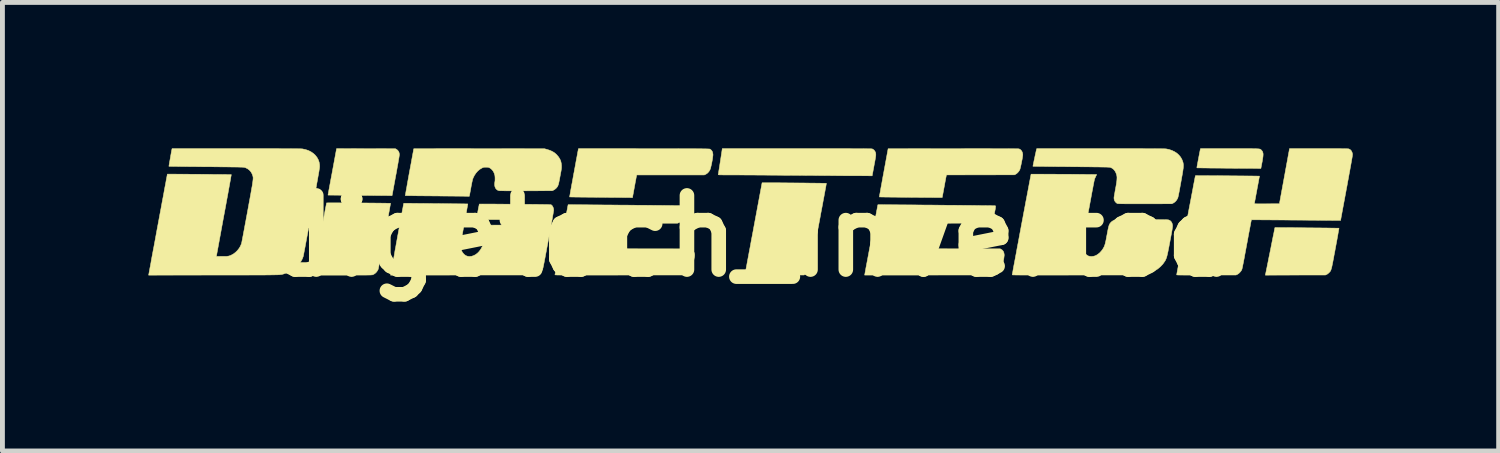
<source format=kicad_pcb>
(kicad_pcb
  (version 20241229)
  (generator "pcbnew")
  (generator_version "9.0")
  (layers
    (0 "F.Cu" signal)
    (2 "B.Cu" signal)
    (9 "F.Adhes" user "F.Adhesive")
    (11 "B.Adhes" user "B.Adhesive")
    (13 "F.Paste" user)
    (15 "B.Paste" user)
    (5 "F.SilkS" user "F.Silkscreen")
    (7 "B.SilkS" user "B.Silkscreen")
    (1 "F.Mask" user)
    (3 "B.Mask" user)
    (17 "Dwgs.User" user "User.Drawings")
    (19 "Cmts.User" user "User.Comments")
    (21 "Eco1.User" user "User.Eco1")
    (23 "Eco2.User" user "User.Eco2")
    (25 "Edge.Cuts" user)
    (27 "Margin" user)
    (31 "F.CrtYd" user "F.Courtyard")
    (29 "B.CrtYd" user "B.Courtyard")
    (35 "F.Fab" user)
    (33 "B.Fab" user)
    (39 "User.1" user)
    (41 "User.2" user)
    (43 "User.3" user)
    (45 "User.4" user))
  (footprint "digetech_inverted"
    (layer "F.Cu")
    (at 12.378 1.802)
    (property "Reference" "digetech_inverted" (at 0 0 0) (layer "F.SilkS") (effects (font (size 1.524 1.524) (thickness 0.3))))
    (attr through_hole)
    (fp_poly (pts (xy -7.904 -1.795) (xy -7.299 -1.794) (xy -7.28 -1.784) (xy -7.255 -1.765) (xy -7.236 -1.741) (xy -7.223 -1.711) (xy -7.218 -1.677) (xy -7.218 -1.672) (xy -7.219 -1.664) (xy -7.221 -1.647) (xy -7.225 -1.622) (xy -7.23 -1.59) (xy -7.237 -1.552) (xy -7.244 -1.508) (xy -7.253 -1.458) (xy -7.263 -1.404) (xy -7.273 -1.346) (xy -7.284 -1.285) (xy -7.293 -1.239) (xy -7.368 -0.831) (xy -7.509 -0.832) (xy -7.533 -0.832) (xy -7.566 -0.832) (xy -7.606 -0.833) (xy -7.652 -0.833) (xy -7.705 -0.833) (xy -7.763 -0.834) (xy -7.825 -0.834) (xy -7.891 -0.835) (xy -7.96 -0.835) (xy -8.03 -0.836) (xy -8.101 -0.837) (xy -8.167 -0.837) (xy -8.236 -0.838) (xy -8.301 -0.838) (xy -8.364 -0.839) (xy -8.422 -0.839) (xy -8.477 -0.84) (xy -8.526 -0.84) (xy -8.57 -0.841) (xy -8.607 -0.841) (xy -8.638 -0.841) (xy -8.662 -0.842) (xy -8.677 -0.842) (xy -8.685 -0.842) (xy -8.685 -0.842) (xy -8.684 -0.847) (xy -8.682 -0.86) (xy -8.678 -0.881) (xy -8.673 -0.909) (xy -8.667 -0.944) (xy -8.659 -0.985) (xy -8.651 -1.031) (xy -8.641 -1.083) (xy -8.631 -1.139) (xy -8.62 -1.198) (xy -8.608 -1.261) (xy -8.597 -1.32) (xy -8.509 -1.797) (xy -7.904 -1.795)) (stroke (width 0.01) (type solid)) (fill yes) (layer "F.SilkS"))
    (fp_poly (pts (xy 10.087 -1.796) (xy 10.151 -1.796) (xy 10.207 -1.796) (xy 10.256 -1.796) (xy 10.299 -1.796) (xy 10.336 -1.795) (xy 10.368 -1.795) (xy 10.395 -1.794) (xy 10.417 -1.793) (xy 10.435 -1.792) (xy 10.45 -1.791) (xy 10.462 -1.789) (xy 10.471 -1.787) (xy 10.478 -1.785) (xy 10.484 -1.782) (xy 10.488 -1.779) (xy 10.492 -1.776) (xy 10.496 -1.773) (xy 10.5 -1.769) (xy 10.501 -1.767) (xy 10.515 -1.752) (xy 10.525 -1.737) (xy 10.532 -1.718) (xy 10.537 -1.697) (xy 10.538 -1.672) (xy 10.536 -1.641) (xy 10.531 -1.604) (xy 10.524 -1.56) (xy 10.521 -1.54) (xy 10.515 -1.509) (xy 10.509 -1.479) (xy 10.504 -1.453) (xy 10.5 -1.432) (xy 10.497 -1.417) (xy 10.497 -1.414) (xy 10.492 -1.39) (xy 10.304 -1.391) (xy 10.272 -1.391) (xy 10.231 -1.391) (xy 10.184 -1.392) (xy 10.13 -1.392) (xy 10.07 -1.392) (xy 10.007 -1.393) (xy 9.94 -1.393) (xy 9.871 -1.394) (xy 9.8 -1.394) (xy 9.73 -1.395) (xy 9.659 -1.396) (xy 9.648 -1.396) (xy 9.583 -1.396) (xy 9.52 -1.397) (xy 9.461 -1.397) (xy 9.406 -1.398) (xy 9.355 -1.399) (xy 9.309 -1.399) (xy 9.269 -1.4) (xy 9.236 -1.4) (xy 9.209 -1.401) (xy 9.19 -1.401) (xy 9.179 -1.402) (xy 9.177 -1.402) (xy 9.177 -1.407) (xy 9.178 -1.419) (xy 9.181 -1.438) (xy 9.185 -1.46) (xy 9.188 -1.474) (xy 9.192 -1.497) (xy 9.197 -1.525) (xy 9.203 -1.557) (xy 9.21 -1.591) (xy 9.216 -1.626) (xy 9.223 -1.661) (xy 9.229 -1.694) (xy 9.235 -1.724) (xy 9.24 -1.749) (xy 9.244 -1.769) (xy 9.247 -1.782) (xy 9.248 -1.786) (xy 9.25 -1.796) (xy 9.848 -1.796) (xy 9.936 -1.796) (xy 10.016 -1.796) (xy 10.087 -1.796)) (stroke (width 0.01) (type solid)) (fill yes) (layer "F.SilkS"))
    (fp_poly (pts (xy 10.82 -0.174) (xy 10.849 -0.174) (xy 10.884 -0.173) (xy 10.925 -0.173) (xy 10.972 -0.173) (xy 11.024 -0.172) (xy 11.079 -0.172) (xy 11.139 -0.172) (xy 11.201 -0.171) (xy 11.265 -0.17) (xy 11.331 -0.17) (xy 11.399 -0.169) (xy 11.466 -0.168) (xy 11.533 -0.168) (xy 11.6 -0.167) (xy 11.665 -0.167) (xy 11.727 -0.166) (xy 11.787 -0.165) (xy 11.844 -0.165) (xy 11.896 -0.164) (xy 11.944 -0.163) (xy 11.987 -0.163) (xy 12.023 -0.162) (xy 12.053 -0.162) (xy 12.076 -0.162) (xy 12.091 -0.161) (xy 12.097 -0.161) (xy 12.097 -0.161) (xy 12.097 -0.156) (xy 12.095 -0.143) (xy 12.091 -0.122) (xy 12.086 -0.094) (xy 12.08 -0.059) (xy 12.073 -0.018) (xy 12.065 0.027) (xy 12.056 0.078) (xy 12.046 0.132) (xy 12.035 0.19) (xy 12.024 0.25) (xy 12.023 0.254) (xy 12.01 0.328) (xy 11.997 0.393) (xy 11.987 0.451) (xy 11.977 0.501) (xy 11.969 0.544) (xy 11.961 0.581) (xy 11.955 0.612) (xy 11.949 0.639) (xy 11.943 0.661) (xy 11.938 0.679) (xy 11.933 0.694) (xy 11.929 0.706) (xy 11.924 0.716) (xy 11.919 0.724) (xy 11.913 0.732) (xy 11.907 0.739) (xy 11.9 0.746) (xy 11.896 0.75) (xy 11.879 0.766) (xy 11.86 0.781) (xy 11.846 0.789) (xy 11.82 0.801) (xy 11.202 0.802) (xy 10.584 0.804) (xy 10.586 0.793) (xy 10.587 0.787) (xy 10.59 0.773) (xy 10.595 0.751) (xy 10.601 0.721) (xy 10.608 0.685) (xy 10.617 0.643) (xy 10.626 0.596) (xy 10.637 0.544) (xy 10.648 0.487) (xy 10.66 0.427) (xy 10.673 0.364) (xy 10.685 0.305) (xy 10.698 0.24) (xy 10.71 0.177) (xy 10.722 0.118) (xy 10.733 0.063) (xy 10.743 0.012) (xy 10.753 -0.034) (xy 10.761 -0.075) (xy 10.768 -0.109) (xy 10.773 -0.137) (xy 10.777 -0.157) (xy 10.78 -0.17) (xy 10.781 -0.174) (xy 10.785 -0.174) (xy 10.799 -0.174) (xy 10.82 -0.174)) (stroke (width 0.01) (type solid)) (fill yes) (layer "F.SilkS"))
    (fp_poly (pts (xy 0.425 -1.094) (xy 0.462 -1.094) (xy 0.505 -1.094) (xy 0.553 -1.094) (xy 0.605 -1.094) (xy 0.661 -1.093) (xy 0.72 -1.093) (xy 0.782 -1.092) (xy 0.845 -1.092) (xy 0.909 -1.091) (xy 0.974 -1.091) (xy 1.039 -1.09) (xy 1.103 -1.09) (xy 1.165 -1.089) (xy 1.225 -1.088) (xy 1.282 -1.088) (xy 1.336 -1.087) (xy 1.385 -1.086) (xy 1.43 -1.086) (xy 1.469 -1.085) (xy 1.502 -1.085) (xy 1.528 -1.084) (xy 1.547 -1.084) (xy 1.558 -1.083) (xy 1.56 -1.083) (xy 1.559 -1.078) (xy 1.557 -1.065) (xy 1.553 -1.042) (xy 1.548 -1.011) (xy 1.54 -0.972) (xy 1.532 -0.925) (xy 1.521 -0.869) (xy 1.51 -0.806) (xy 1.496 -0.735) (xy 1.482 -0.657) (xy 1.466 -0.572) (xy 1.448 -0.479) (xy 1.43 -0.379) (xy 1.41 -0.273) (xy 1.389 -0.16) (xy 1.366 -0.041) (xy 1.342 0.084) (xy 1.318 0.215) (xy 1.292 0.352) (xy 1.265 0.494) (xy 1.256 0.539) (xy 1.249 0.576) (xy 1.243 0.606) (xy 1.238 0.63) (xy 1.233 0.649) (xy 1.229 0.664) (xy 1.225 0.676) (xy 1.221 0.687) (xy 1.217 0.695) (xy 1.196 0.729) (xy 1.17 0.759) (xy 1.14 0.782) (xy 1.128 0.788) (xy 1.101 0.801) (xy 0.492 0.802) (xy 0.405 0.803) (xy 0.326 0.803) (xy 0.256 0.803) (xy 0.194 0.803) (xy 0.138 0.803) (xy 0.09 0.803) (xy 0.049 0.803) (xy 0.013 0.803) (xy -0.017 0.802) (xy -0.042 0.802) (xy -0.063 0.802) (xy -0.079 0.801) (xy -0.091 0.801) (xy -0.101 0.8) (xy -0.107 0.799) (xy -0.111 0.799) (xy -0.114 0.798) (xy -0.114 0.797) (xy -0.114 0.796) (xy -0.113 0.79) (xy -0.111 0.776) (xy -0.107 0.754) (xy -0.101 0.724) (xy -0.094 0.687) (xy -0.086 0.643) (xy -0.076 0.592) (xy -0.066 0.535) (xy -0.054 0.472) (xy -0.041 0.405) (xy -0.028 0.332) (xy -0.013 0.255) (xy 0.002 0.174) (xy 0.017 0.09) (xy 0.034 0.002) (xy 0.051 -0.088) (xy 0.063 -0.154) (xy 0.238 -1.094) (xy 0.425 -1.094)) (stroke (width 0.01) (type solid)) (fill yes) (layer "F.SilkS"))
    (fp_poly (pts (xy 4.798 -1.796) (xy 4.899 -1.796) (xy 4.991 -1.795) (xy 5.075 -1.795) (xy 5.152 -1.795) (xy 5.221 -1.795) (xy 5.282 -1.795) (xy 5.336 -1.794) (xy 5.382 -1.794) (xy 5.422 -1.794) (xy 5.454 -1.793) (xy 5.48 -1.793) (xy 5.5 -1.793) (xy 5.513 -1.792) (xy 5.52 -1.792) (xy 5.521 -1.791) (xy 5.543 -1.781) (xy 5.563 -1.763) (xy 5.58 -1.739) (xy 5.591 -1.711) (xy 5.597 -1.68) (xy 5.597 -1.67) (xy 5.596 -1.655) (xy 5.593 -1.634) (xy 5.589 -1.607) (xy 5.584 -1.576) (xy 5.577 -1.542) (xy 5.57 -1.507) (xy 5.563 -1.472) (xy 5.556 -1.44) (xy 5.549 -1.411) (xy 5.543 -1.386) (xy 5.538 -1.369) (xy 5.535 -1.361) (xy 5.518 -1.333) (xy 5.496 -1.306) (xy 5.471 -1.283) (xy 5.453 -1.272) (xy 5.429 -1.258) (xy 4.728 -1.257) (xy 4.027 -1.256) (xy 4.024 -1.239) (xy 4.023 -1.231) (xy 4.02 -1.215) (xy 4.015 -1.192) (xy 4.01 -1.162) (xy 4.003 -1.128) (xy 3.996 -1.089) (xy 3.989 -1.047) (xy 3.981 -1.007) (xy 3.941 -0.792) (xy 3.9 -0.792) (xy 3.89 -0.792) (xy 3.872 -0.792) (xy 3.845 -0.792) (xy 3.812 -0.792) (xy 3.771 -0.792) (xy 3.724 -0.793) (xy 3.671 -0.793) (xy 3.613 -0.793) (xy 3.551 -0.794) (xy 3.485 -0.794) (xy 3.415 -0.795) (xy 3.343 -0.795) (xy 3.269 -0.796) (xy 3.255 -0.796) (xy 3.181 -0.797) (xy 3.11 -0.797) (xy 3.042 -0.798) (xy 2.977 -0.799) (xy 2.917 -0.799) (xy 2.861 -0.8) (xy 2.811 -0.801) (xy 2.766 -0.801) (xy 2.728 -0.802) (xy 2.697 -0.802) (xy 2.673 -0.803) (xy 2.657 -0.803) (xy 2.65 -0.803) (xy 2.649 -0.804) (xy 2.65 -0.808) (xy 2.652 -0.822) (xy 2.655 -0.843) (xy 2.66 -0.871) (xy 2.667 -0.906) (xy 2.674 -0.948) (xy 2.682 -0.995) (xy 2.692 -1.047) (xy 2.702 -1.103) (xy 2.713 -1.163) (xy 2.724 -1.226) (xy 2.737 -1.292) (xy 2.738 -1.3) (xy 2.829 -1.794) (xy 4.165 -1.795) (xy 4.31 -1.795) (xy 4.445 -1.796) (xy 4.571 -1.796) (xy 4.689 -1.796) (xy 4.798 -1.796)) (stroke (width 0.01) (type solid)) (fill yes) (layer "F.SilkS"))
    (fp_poly (pts (xy 0.951 -1.796) (xy 1.106 -1.796) (xy 1.252 -1.796) (xy 1.389 -1.796) (xy 1.517 -1.796) (xy 1.636 -1.796) (xy 1.747 -1.796) (xy 1.85 -1.796) (xy 1.945 -1.796) (xy 2.031 -1.796) (xy 2.11 -1.795) (xy 2.181 -1.795) (xy 2.244 -1.795) (xy 2.3 -1.795) (xy 2.349 -1.794) (xy 2.391 -1.794) (xy 2.426 -1.793) (xy 2.454 -1.793) (xy 2.475 -1.793) (xy 2.49 -1.792) (xy 2.499 -1.792) (xy 2.501 -1.791) (xy 2.52 -1.782) (xy 2.539 -1.767) (xy 2.555 -1.747) (xy 2.567 -1.725) (xy 2.57 -1.717) (xy 2.573 -1.705) (xy 2.575 -1.693) (xy 2.576 -1.679) (xy 2.576 -1.663) (xy 2.574 -1.644) (xy 2.571 -1.62) (xy 2.566 -1.591) (xy 2.56 -1.555) (xy 2.552 -1.511) (xy 2.547 -1.487) (xy 2.54 -1.448) (xy 2.533 -1.41) (xy 2.526 -1.373) (xy 2.52 -1.341) (xy 2.515 -1.313) (xy 2.511 -1.293) (xy 2.509 -1.285) (xy 2.501 -1.238) (xy 2.217 -1.239) (xy 2.162 -1.239) (xy 2.108 -1.239) (xy 2.054 -1.239) (xy 2.002 -1.24) (xy 1.954 -1.24) (xy 1.91 -1.24) (xy 1.872 -1.241) (xy 1.841 -1.241) (xy 1.824 -1.241) (xy 1.786 -1.241) (xy 1.741 -1.242) (xy 1.689 -1.242) (xy 1.629 -1.243) (xy 1.564 -1.243) (xy 1.494 -1.244) (xy 1.418 -1.244) (xy 1.338 -1.245) (xy 1.254 -1.246) (xy 1.167 -1.246) (xy 1.078 -1.247) (xy 0.986 -1.248) (xy 0.892 -1.248) (xy 0.798 -1.249) (xy 0.703 -1.249) (xy 0.608 -1.25) (xy 0.514 -1.251) (xy 0.421 -1.251) (xy 0.33 -1.252) (xy 0.241 -1.253) (xy 0.155 -1.253) (xy 0.072 -1.254) (xy -0.007 -1.254) (xy -0.081 -1.254) (xy -0.15 -1.255) (xy -0.214 -1.255) (xy -0.271 -1.256) (xy -0.322 -1.256) (xy -0.365 -1.256) (xy -0.401 -1.256) (xy -0.428 -1.256) (xy -0.438 -1.256) (xy -0.49 -1.256) (xy -0.533 -1.256) (xy -0.568 -1.256) (xy -0.597 -1.257) (xy -0.619 -1.257) (xy -0.636 -1.257) (xy -0.648 -1.258) (xy -0.656 -1.259) (xy -0.661 -1.26) (xy -0.663 -1.262) (xy -0.663 -1.263) (xy -0.663 -1.264) (xy -0.662 -1.27) (xy -0.66 -1.284) (xy -0.656 -1.306) (xy -0.652 -1.334) (xy -0.646 -1.368) (xy -0.64 -1.407) (xy -0.633 -1.451) (xy -0.626 -1.497) (xy -0.62 -1.534) (xy -0.58 -1.796) (xy 0.951 -1.796)) (stroke (width 0.01) (type solid)) (fill yes) (layer "F.SilkS"))
    (fp_poly (pts (xy -8.568 -0.682) (xy -8.521 -0.682) (xy -8.47 -0.682) (xy -8.414 -0.681) (xy -8.354 -0.681) (xy -8.292 -0.681) (xy -8.227 -0.681) (xy -8.161 -0.68) (xy -8.094 -0.68) (xy -8.026 -0.679) (xy -7.959 -0.679) (xy -7.893 -0.679) (xy -7.828 -0.678) (xy -7.766 -0.678) (xy -7.706 -0.677) (xy -7.649 -0.676) (xy -7.597 -0.676) (xy -7.55 -0.675) (xy -7.508 -0.675) (xy -7.472 -0.674) (xy -7.442 -0.674) (xy -7.42 -0.673) (xy -7.405 -0.673) (xy -7.4 -0.672) (xy -7.4 -0.672) (xy -7.4 -0.668) (xy -7.402 -0.654) (xy -7.406 -0.633) (xy -7.411 -0.605) (xy -7.417 -0.57) (xy -7.424 -0.529) (xy -7.433 -0.482) (xy -7.442 -0.431) (xy -7.452 -0.376) (xy -7.463 -0.317) (xy -7.475 -0.255) (xy -7.487 -0.19) (xy -7.499 -0.124) (xy -7.512 -0.056) (xy -7.524 0.011) (xy -7.537 0.079) (xy -7.55 0.146) (xy -7.562 0.212) (xy -7.574 0.276) (xy -7.586 0.338) (xy -7.597 0.396) (xy -7.607 0.451) (xy -7.617 0.502) (xy -7.626 0.547) (xy -7.634 0.587) (xy -7.64 0.621) (xy -7.646 0.648) (xy -7.65 0.668) (xy -7.652 0.679) (xy -7.653 0.682) (xy -7.669 0.713) (xy -7.69 0.742) (xy -7.716 0.767) (xy -7.744 0.786) (xy -7.769 0.797) (xy -7.773 0.798) (xy -7.779 0.799) (xy -7.788 0.799) (xy -7.799 0.8) (xy -7.813 0.801) (xy -7.83 0.801) (xy -7.852 0.802) (xy -7.878 0.802) (xy -7.91 0.803) (xy -7.947 0.803) (xy -7.989 0.803) (xy -8.039 0.803) (xy -8.095 0.803) (xy -8.158 0.803) (xy -8.23 0.804) (xy -8.309 0.804) (xy -8.393 0.804) (xy -8.993 0.804) (xy -8.99 0.791) (xy -8.989 0.785) (xy -8.986 0.771) (xy -8.982 0.748) (xy -8.977 0.718) (xy -8.97 0.68) (xy -8.962 0.637) (xy -8.952 0.586) (xy -8.942 0.531) (xy -8.931 0.47) (xy -8.918 0.404) (xy -8.905 0.335) (xy -8.892 0.261) (xy -8.878 0.185) (xy -8.863 0.106) (xy -8.853 0.051) (xy -8.838 -0.03) (xy -8.823 -0.108) (xy -8.809 -0.183) (xy -8.796 -0.255) (xy -8.783 -0.323) (xy -8.771 -0.386) (xy -8.76 -0.445) (xy -8.75 -0.498) (xy -8.741 -0.546) (xy -8.733 -0.587) (xy -8.726 -0.621) (xy -8.721 -0.648) (xy -8.717 -0.667) (xy -8.715 -0.678) (xy -8.714 -0.681) (xy -8.709 -0.681) (xy -8.696 -0.681) (xy -8.674 -0.682) (xy -8.645 -0.682) (xy -8.61 -0.682) (xy -8.568 -0.682)) (stroke (width 0.01) (type solid)) (fill yes) (layer "F.SilkS"))
    (fp_poly (pts (xy -3.059 -1.796) (xy -2.977 -1.796) (xy -2.89 -1.796) (xy -2.798 -1.796) (xy -2.702 -1.796) (xy -2.603 -1.796) (xy -2.5 -1.796) (xy -2.393 -1.796) (xy -2.284 -1.795) (xy -2.192 -1.795) (xy -2.06 -1.795) (xy -1.936 -1.795) (xy -1.822 -1.795) (xy -1.715 -1.795) (xy -1.616 -1.795) (xy -1.525 -1.795) (xy -1.442 -1.794) (xy -1.365 -1.794) (xy -1.295 -1.794) (xy -1.232 -1.794) (xy -1.174 -1.794) (xy -1.123 -1.794) (xy -1.077 -1.793) (xy -1.036 -1.793) (xy -1 -1.793) (xy -0.969 -1.792) (xy -0.941 -1.792) (xy -0.918 -1.792) (xy -0.899 -1.791) (xy -0.882 -1.791) (xy -0.869 -1.79) (xy -0.858 -1.79) (xy -0.85 -1.789) (xy -0.843 -1.789) (xy -0.839 -1.788) (xy -0.836 -1.787) (xy -0.834 -1.787) (xy -0.833 -1.787) (xy -0.807 -1.767) (xy -0.788 -1.742) (xy -0.777 -1.711) (xy -0.772 -1.681) (xy -0.772 -1.662) (xy -0.775 -1.636) (xy -0.779 -1.605) (xy -0.784 -1.569) (xy -0.791 -1.532) (xy -0.798 -1.494) (xy -0.806 -1.458) (xy -0.814 -1.424) (xy -0.821 -1.395) (xy -0.829 -1.372) (xy -0.834 -1.36) (xy -0.855 -1.325) (xy -0.881 -1.296) (xy -0.912 -1.274) (xy -0.921 -1.269) (xy -0.949 -1.256) (xy -2.337 -1.256) (xy -2.341 -1.246) (xy -2.342 -1.239) (xy -2.345 -1.225) (xy -2.35 -1.203) (xy -2.355 -1.174) (xy -2.361 -1.141) (xy -2.369 -1.103) (xy -2.376 -1.061) (xy -2.385 -1.017) (xy -2.385 -1.013) (xy -2.426 -0.79) (xy -2.468 -0.79) (xy -2.478 -0.791) (xy -2.496 -0.791) (xy -2.523 -0.791) (xy -2.557 -0.791) (xy -2.597 -0.792) (xy -2.645 -0.792) (xy -2.697 -0.793) (xy -2.755 -0.793) (xy -2.817 -0.794) (xy -2.884 -0.794) (xy -2.953 -0.795) (xy -3.025 -0.796) (xy -3.1 -0.796) (xy -3.113 -0.796) (xy -3.187 -0.797) (xy -3.259 -0.798) (xy -3.327 -0.798) (xy -3.391 -0.799) (xy -3.452 -0.799) (xy -3.507 -0.8) (xy -3.558 -0.801) (xy -3.602 -0.801) (xy -3.64 -0.802) (xy -3.672 -0.802) (xy -3.695 -0.803) (xy -3.711 -0.803) (xy -3.718 -0.803) (xy -3.719 -0.804) (xy -3.718 -0.808) (xy -3.716 -0.822) (xy -3.712 -0.843) (xy -3.707 -0.871) (xy -3.701 -0.906) (xy -3.694 -0.948) (xy -3.685 -0.995) (xy -3.676 -1.047) (xy -3.665 -1.103) (xy -3.654 -1.163) (xy -3.643 -1.226) (xy -3.631 -1.292) (xy -3.629 -1.3) (xy -3.617 -1.366) (xy -3.605 -1.43) (xy -3.594 -1.49) (xy -3.584 -1.547) (xy -3.574 -1.599) (xy -3.565 -1.647) (xy -3.557 -1.689) (xy -3.551 -1.725) (xy -3.545 -1.754) (xy -3.541 -1.776) (xy -3.539 -1.79) (xy -3.538 -1.795) (xy -3.538 -1.795) (xy -3.533 -1.795) (xy -3.52 -1.796) (xy -3.498 -1.796) (xy -3.468 -1.796) (xy -3.43 -1.796) (xy -3.384 -1.796) (xy -3.332 -1.796) (xy -3.273 -1.796) (xy -3.208 -1.796) (xy -3.136 -1.796) (xy -3.059 -1.796)) (stroke (width 0.01) (type solid)) (fill yes) (layer "F.SilkS"))
    (fp_poly (pts (xy 7.196 -1.796) (xy 7.34 -1.796) (xy 7.476 -1.796) (xy 7.604 -1.796) (xy 7.725 -1.796) (xy 7.837 -1.796) (xy 7.942 -1.796) (xy 8.039 -1.796) (xy 8.127 -1.795) (xy 8.208 -1.795) (xy 8.28 -1.795) (xy 8.343 -1.794) (xy 8.398 -1.794) (xy 8.444 -1.794) (xy 8.482 -1.793) (xy 8.51 -1.793) (xy 8.53 -1.792) (xy 8.54 -1.792) (xy 8.541 -1.792) (xy 8.605 -1.779) (xy 8.664 -1.759) (xy 8.718 -1.733) (xy 8.766 -1.702) (xy 8.807 -1.664) (xy 8.842 -1.622) (xy 8.865 -1.582) (xy 8.875 -1.56) (xy 8.884 -1.536) (xy 8.891 -1.515) (xy 8.892 -1.508) (xy 8.895 -1.494) (xy 8.897 -1.48) (xy 8.899 -1.467) (xy 8.899 -1.452) (xy 8.899 -1.435) (xy 8.898 -1.417) (xy 8.896 -1.394) (xy 8.892 -1.368) (xy 8.888 -1.338) (xy 8.882 -1.301) (xy 8.875 -1.259) (xy 8.866 -1.21) (xy 8.856 -1.153) (xy 8.846 -1.096) (xy 8.835 -1.037) (xy 8.826 -0.986) (xy 8.818 -0.942) (xy 8.811 -0.906) (xy 8.805 -0.875) (xy 8.8 -0.85) (xy 8.796 -0.83) (xy 8.792 -0.814) (xy 8.789 -0.801) (xy 8.786 -0.79) (xy 8.783 -0.782) (xy 8.78 -0.774) (xy 8.777 -0.768) (xy 8.755 -0.732) (xy 8.727 -0.702) (xy 8.696 -0.68) (xy 8.688 -0.676) (xy 8.661 -0.663) (xy 8.114 -0.662) (xy 8.017 -0.662) (xy 7.929 -0.662) (xy 7.85 -0.662) (xy 7.781 -0.662) (xy 7.72 -0.662) (xy 7.669 -0.663) (xy 7.627 -0.663) (xy 7.594 -0.664) (xy 7.569 -0.665) (xy 7.554 -0.665) (xy 7.549 -0.666) (xy 7.529 -0.675) (xy 7.51 -0.691) (xy 7.493 -0.712) (xy 7.481 -0.733) (xy 7.48 -0.739) (xy 7.475 -0.757) (xy 7.473 -0.775) (xy 7.472 -0.783) (xy 7.473 -0.791) (xy 7.475 -0.808) (xy 7.479 -0.832) (xy 7.484 -0.861) (xy 7.49 -0.894) (xy 7.496 -0.931) (xy 7.503 -0.968) (xy 7.513 -1.022) (xy 7.521 -1.068) (xy 7.527 -1.108) (xy 7.531 -1.141) (xy 7.533 -1.169) (xy 7.534 -1.193) (xy 7.534 -1.214) (xy 7.531 -1.234) (xy 7.528 -1.252) (xy 7.526 -1.26) (xy 7.51 -1.304) (xy 7.489 -1.341) (xy 7.463 -1.372) (xy 7.432 -1.395) (xy 7.398 -1.411) (xy 7.396 -1.411) (xy 7.392 -1.412) (xy 7.387 -1.413) (xy 7.378 -1.414) (xy 7.368 -1.415) (xy 7.354 -1.415) (xy 7.337 -1.416) (xy 7.316 -1.417) (xy 7.29 -1.417) (xy 7.26 -1.418) (xy 7.225 -1.418) (xy 7.184 -1.419) (xy 7.138 -1.42) (xy 7.085 -1.42) (xy 7.025 -1.421) (xy 6.958 -1.422) (xy 6.884 -1.422) (xy 6.802 -1.423) (xy 6.711 -1.424) (xy 6.612 -1.425) (xy 6.59 -1.425) (xy 6.506 -1.426) (xy 6.424 -1.427) (xy 6.346 -1.427) (xy 6.27 -1.428) (xy 6.199 -1.429) (xy 6.132 -1.429) (xy 6.07 -1.43) (xy 6.013 -1.431) (xy 5.962 -1.431) (xy 5.917 -1.432) (xy 5.88 -1.432) (xy 5.849 -1.433) (xy 5.826 -1.433) (xy 5.812 -1.434) (xy 5.806 -1.434) (xy 5.806 -1.434) (xy 5.807 -1.438) (xy 5.809 -1.451) (xy 5.813 -1.47) (xy 5.818 -1.495) (xy 5.824 -1.524) (xy 5.83 -1.555) (xy 5.838 -1.589) (xy 5.845 -1.624) (xy 5.852 -1.658) (xy 5.859 -1.69) (xy 5.866 -1.719) (xy 5.871 -1.745) (xy 5.876 -1.765) (xy 5.879 -1.778) (xy 5.879 -1.779) (xy 5.884 -1.796) (xy 7.196 -1.796)) (stroke (width 0.01) (type solid)) (fill yes) (layer "F.SilkS"))
    (fp_poly (pts (xy -5.988 -1.796) (xy -5.885 -1.796) (xy -5.779 -1.796) (xy -5.67 -1.795) (xy -5.578 -1.795) (xy -4.233 -1.794) (xy -4.189 -1.782) (xy -4.138 -1.766) (xy -4.096 -1.749) (xy -4.059 -1.73) (xy -4.025 -1.708) (xy -3.994 -1.681) (xy -3.983 -1.67) (xy -3.948 -1.629) (xy -3.921 -1.587) (xy -3.901 -1.543) (xy -3.89 -1.494) (xy -3.885 -1.448) (xy -3.885 -1.434) (xy -3.885 -1.421) (xy -3.885 -1.408) (xy -3.886 -1.394) (xy -3.888 -1.378) (xy -3.891 -1.357) (xy -3.895 -1.332) (xy -3.901 -1.301) (xy -3.908 -1.264) (xy -3.914 -1.231) (xy -3.923 -1.182) (xy -3.931 -1.141) (xy -3.938 -1.107) (xy -3.944 -1.08) (xy -3.95 -1.058) (xy -3.957 -1.039) (xy -3.964 -1.024) (xy -3.971 -1.012) (xy -3.98 -1) (xy -3.99 -0.988) (xy -3.996 -0.982) (xy -4.013 -0.967) (xy -4.033 -0.953) (xy -4.048 -0.944) (xy -4.076 -0.931) (xy -4.611 -0.929) (xy -4.702 -0.929) (xy -4.784 -0.929) (xy -4.858 -0.929) (xy -4.923 -0.929) (xy -4.979 -0.929) (xy -5.028 -0.929) (xy -5.069 -0.93) (xy -5.103 -0.93) (xy -5.13 -0.931) (xy -5.15 -0.931) (xy -5.164 -0.932) (xy -5.171 -0.933) (xy -5.2 -0.943) (xy -5.223 -0.961) (xy -5.242 -0.985) (xy -5.254 -1.015) (xy -5.26 -1.049) (xy -5.259 -1.087) (xy -5.256 -1.109) (xy -5.252 -1.134) (xy -5.251 -1.164) (xy -5.251 -1.196) (xy -5.253 -1.226) (xy -5.256 -1.251) (xy -5.258 -1.258) (xy -5.273 -1.301) (xy -5.294 -1.339) (xy -5.32 -1.37) (xy -5.351 -1.395) (xy -5.365 -1.402) (xy -5.379 -1.409) (xy -5.39 -1.412) (xy -5.404 -1.414) (xy -5.421 -1.415) (xy -5.438 -1.415) (xy -5.46 -1.415) (xy -5.475 -1.414) (xy -5.488 -1.412) (xy -5.501 -1.407) (xy -5.518 -1.399) (xy -5.524 -1.396) (xy -5.567 -1.37) (xy -5.607 -1.336) (xy -5.643 -1.295) (xy -5.674 -1.249) (xy -5.7 -1.198) (xy -5.712 -1.166) (xy -5.715 -1.154) (xy -5.719 -1.135) (xy -5.725 -1.11) (xy -5.731 -1.079) (xy -5.738 -1.044) (xy -5.745 -1.007) (xy -5.75 -0.977) (xy -5.78 -0.817) (xy -5.858 -0.818) (xy -5.873 -0.818) (xy -5.896 -0.819) (xy -5.927 -0.819) (xy -5.966 -0.819) (xy -6.011 -0.82) (xy -6.061 -0.82) (xy -6.118 -0.821) (xy -6.179 -0.821) (xy -6.243 -0.822) (xy -6.312 -0.822) (xy -6.382 -0.823) (xy -6.455 -0.824) (xy -6.515 -0.824) (xy -6.587 -0.825) (xy -6.657 -0.825) (xy -6.723 -0.826) (xy -6.786 -0.827) (xy -6.845 -0.827) (xy -6.899 -0.828) (xy -6.948 -0.829) (xy -6.99 -0.829) (xy -7.026 -0.83) (xy -7.056 -0.83) (xy -7.077 -0.831) (xy -7.091 -0.831) (xy -7.096 -0.832) (xy -7.095 -0.837) (xy -7.093 -0.85) (xy -7.09 -0.871) (xy -7.085 -0.9) (xy -7.079 -0.935) (xy -7.071 -0.976) (xy -7.063 -1.023) (xy -7.054 -1.075) (xy -7.044 -1.131) (xy -7.033 -1.19) (xy -7.022 -1.253) (xy -7.011 -1.313) (xy -6.999 -1.378) (xy -6.987 -1.441) (xy -6.976 -1.5) (xy -6.966 -1.556) (xy -6.957 -1.607) (xy -6.948 -1.653) (xy -6.941 -1.694) (xy -6.934 -1.729) (xy -6.929 -1.757) (xy -6.926 -1.777) (xy -6.923 -1.79) (xy -6.923 -1.794) (xy -6.918 -1.794) (xy -6.905 -1.794) (xy -6.883 -1.795) (xy -6.853 -1.795) (xy -6.815 -1.795) (xy -6.769 -1.795) (xy -6.717 -1.795) (xy -6.658 -1.795) (xy -6.593 -1.795) (xy -6.521 -1.795) (xy -6.444 -1.796) (xy -6.362 -1.796) (xy -6.275 -1.796) (xy -6.183 -1.796) (xy -6.087 -1.796) (xy -5.988 -1.796)) (stroke (width 0.01) (type solid)) (fill yes) (layer "F.SilkS"))
    (fp_poly (pts (xy 2.689 -0.644) (xy 2.726 -0.644) (xy 2.77 -0.643) (xy 2.82 -0.643) (xy 2.877 -0.643) (xy 2.939 -0.642) (xy 3.006 -0.642) (xy 3.077 -0.641) (xy 3.153 -0.641) (xy 3.232 -0.64) (xy 3.314 -0.64) (xy 3.399 -0.639) (xy 3.487 -0.638) (xy 3.576 -0.637) (xy 3.666 -0.637) (xy 3.757 -0.636) (xy 3.849 -0.635) (xy 3.94 -0.634) (xy 4.031 -0.633) (xy 4.121 -0.633) (xy 4.209 -0.632) (xy 4.295 -0.631) (xy 4.379 -0.63) (xy 4.46 -0.629) (xy 4.537 -0.629) (xy 4.611 -0.628) (xy 4.68 -0.627) (xy 4.744 -0.626) (xy 4.804 -0.626) (xy 4.857 -0.625) (xy 4.904 -0.624) (xy 4.945 -0.624) (xy 4.978 -0.623) (xy 5.004 -0.623) (xy 5.022 -0.622) (xy 5.031 -0.622) (xy 5.033 -0.622) (xy 5.036 -0.618) (xy 5.038 -0.612) (xy 5.038 -0.602) (xy 5.036 -0.587) (xy 5.034 -0.566) (xy 5.029 -0.538) (xy 5.022 -0.503) (xy 5.02 -0.492) (xy 5.012 -0.452) (xy 5.005 -0.42) (xy 4.998 -0.395) (xy 4.992 -0.376) (xy 4.988 -0.367) (xy 4.971 -0.339) (xy 4.949 -0.312) (xy 4.924 -0.29) (xy 4.902 -0.277) (xy 4.879 -0.266) (xy 3.843 -0.263) (xy 3.838 -0.239) (xy 3.836 -0.228) (xy 3.832 -0.209) (xy 3.828 -0.185) (xy 3.822 -0.155) (xy 3.816 -0.12) (xy 3.808 -0.083) (xy 3.801 -0.043) (xy 3.793 -0.002) (xy 3.786 0.04) (xy 3.778 0.08) (xy 3.771 0.119) (xy 3.764 0.155) (xy 3.758 0.188) (xy 3.753 0.215) (xy 3.749 0.237) (xy 3.747 0.252) (xy 3.745 0.259) (xy 3.745 0.26) (xy 3.75 0.26) (xy 3.763 0.26) (xy 3.785 0.261) (xy 3.814 0.261) (xy 3.85 0.262) (xy 3.893 0.262) (xy 3.943 0.262) (xy 3.998 0.262) (xy 4.058 0.263) (xy 4.123 0.263) (xy 4.192 0.263) (xy 4.265 0.263) (xy 4.341 0.263) (xy 4.42 0.263) (xy 4.439 0.263) (xy 5.133 0.263) (xy 5.152 0.273) (xy 5.177 0.29) (xy 5.196 0.313) (xy 5.209 0.343) (xy 5.215 0.378) (xy 5.216 0.395) (xy 5.214 0.413) (xy 5.211 0.437) (xy 5.207 0.467) (xy 5.201 0.501) (xy 5.194 0.536) (xy 5.187 0.572) (xy 5.18 0.606) (xy 5.172 0.638) (xy 5.165 0.666) (xy 5.159 0.687) (xy 5.153 0.701) (xy 5.134 0.732) (xy 5.109 0.76) (xy 5.08 0.783) (xy 5.07 0.788) (xy 5.045 0.801) (xy 3.696 0.802) (xy 3.585 0.803) (xy 3.476 0.803) (xy 3.37 0.803) (xy 3.268 0.803) (xy 3.168 0.803) (xy 3.073 0.803) (xy 2.982 0.803) (xy 2.895 0.803) (xy 2.814 0.803) (xy 2.737 0.803) (xy 2.667 0.803) (xy 2.602 0.803) (xy 2.544 0.803) (xy 2.493 0.803) (xy 2.448 0.803) (xy 2.412 0.803) (xy 2.383 0.803) (xy 2.362 0.803) (xy 2.35 0.803) (xy 2.346 0.802) (xy 2.347 0.797) (xy 2.35 0.783) (xy 2.354 0.761) (xy 2.359 0.732) (xy 2.366 0.696) (xy 2.373 0.654) (xy 2.382 0.607) (xy 2.392 0.555) (xy 2.403 0.498) (xy 2.414 0.438) (xy 2.426 0.375) (xy 2.438 0.309) (xy 2.451 0.241) (xy 2.464 0.172) (xy 2.477 0.102) (xy 2.491 0.032) (xy 2.504 -0.038) (xy 2.517 -0.107) (xy 2.529 -0.174) (xy 2.542 -0.239) (xy 2.553 -0.301) (xy 2.565 -0.36) (xy 2.575 -0.415) (xy 2.585 -0.466) (xy 2.593 -0.511) (xy 2.601 -0.551) (xy 2.607 -0.584) (xy 2.612 -0.611) (xy 2.616 -0.63) (xy 2.618 -0.641) (xy 2.619 -0.643) (xy 2.624 -0.644) (xy 2.637 -0.644) (xy 2.659 -0.644) (xy 2.689 -0.644)) (stroke (width 0.01) (type solid)) (fill yes) (layer "F.SilkS"))
    (fp_poly (pts (xy -3.731 -0.644) (xy -3.709 -0.644) (xy -3.68 -0.644) (xy -3.643 -0.644) (xy -3.599 -0.643) (xy -3.549 -0.643) (xy -3.492 -0.643) (xy -3.431 -0.642) (xy -3.364 -0.642) (xy -3.293 -0.641) (xy -3.217 -0.64) (xy -3.138 -0.64) (xy -3.056 -0.639) (xy -2.971 -0.638) (xy -2.884 -0.638) (xy -2.795 -0.637) (xy -2.704 -0.636) (xy -2.613 -0.635) (xy -2.522 -0.635) (xy -2.43 -0.634) (xy -2.339 -0.633) (xy -2.25 -0.632) (xy -2.161 -0.632) (xy -2.075 -0.631) (xy -1.991 -0.63) (xy -1.91 -0.629) (xy -1.832 -0.629) (xy -1.758 -0.628) (xy -1.689 -0.628) (xy -1.624 -0.627) (xy -1.565 -0.626) (xy -1.511 -0.626) (xy -1.463 -0.625) (xy -1.422 -0.625) (xy -1.388 -0.625) (xy -1.361 -0.624) (xy -1.343 -0.624) (xy -1.333 -0.624) (xy -1.331 -0.624) (xy -1.329 -0.618) (xy -1.33 -0.605) (xy -1.332 -0.586) (xy -1.335 -0.562) (xy -1.339 -0.534) (xy -1.344 -0.505) (xy -1.35 -0.475) (xy -1.357 -0.445) (xy -1.363 -0.418) (xy -1.369 -0.394) (xy -1.375 -0.376) (xy -1.379 -0.365) (xy -1.395 -0.34) (xy -1.415 -0.316) (xy -1.438 -0.295) (xy -1.462 -0.279) (xy -1.475 -0.273) (xy -1.501 -0.263) (xy -2.011 -0.263) (xy -2.093 -0.263) (xy -2.168 -0.263) (xy -2.237 -0.263) (xy -2.3 -0.263) (xy -2.355 -0.262) (xy -2.403 -0.262) (xy -2.444 -0.261) (xy -2.476 -0.261) (xy -2.501 -0.26) (xy -2.516 -0.26) (xy -2.523 -0.259) (xy -2.524 -0.259) (xy -2.525 -0.253) (xy -2.528 -0.24) (xy -2.532 -0.219) (xy -2.538 -0.193) (xy -2.544 -0.161) (xy -2.55 -0.125) (xy -2.558 -0.087) (xy -2.565 -0.046) (xy -2.573 -0.004) (xy -2.581 0.038) (xy -2.589 0.079) (xy -2.596 0.119) (xy -2.602 0.155) (xy -2.608 0.188) (xy -2.613 0.215) (xy -2.617 0.237) (xy -2.619 0.252) (xy -2.62 0.259) (xy -2.62 0.26) (xy -2.615 0.26) (xy -2.602 0.261) (xy -2.58 0.261) (xy -2.551 0.261) (xy -2.514 0.262) (xy -2.471 0.262) (xy -2.421 0.262) (xy -2.366 0.262) (xy -2.305 0.263) (xy -2.24 0.263) (xy -2.171 0.263) (xy -2.098 0.263) (xy -2.022 0.263) (xy -1.944 0.263) (xy -1.927 0.263) (xy -1.833 0.263) (xy -1.749 0.263) (xy -1.672 0.263) (xy -1.604 0.263) (xy -1.543 0.264) (xy -1.489 0.264) (xy -1.441 0.264) (xy -1.4 0.264) (xy -1.364 0.264) (xy -1.334 0.265) (xy -1.308 0.265) (xy -1.287 0.265) (xy -1.269 0.266) (xy -1.255 0.266) (xy -1.244 0.267) (xy -1.236 0.268) (xy -1.229 0.269) (xy -1.224 0.27) (xy -1.221 0.271) (xy -1.218 0.272) (xy -1.217 0.272) (xy -1.193 0.288) (xy -1.173 0.311) (xy -1.159 0.34) (xy -1.152 0.374) (xy -1.151 0.381) (xy -1.151 0.391) (xy -1.151 0.403) (xy -1.153 0.419) (xy -1.156 0.439) (xy -1.16 0.464) (xy -1.166 0.495) (xy -1.173 0.533) (xy -1.181 0.577) (xy -1.192 0.63) (xy -1.205 0.676) (xy -1.222 0.715) (xy -1.245 0.748) (xy -1.274 0.773) (xy -1.294 0.785) (xy -1.323 0.801) (xy -2.672 0.802) (xy -2.805 0.803) (xy -2.928 0.803) (xy -3.043 0.803) (xy -3.149 0.803) (xy -3.248 0.803) (xy -3.339 0.803) (xy -3.422 0.803) (xy -3.498 0.803) (xy -3.568 0.803) (xy -3.631 0.803) (xy -3.688 0.803) (xy -3.739 0.803) (xy -3.785 0.802) (xy -3.826 0.802) (xy -3.861 0.802) (xy -3.892 0.802) (xy -3.919 0.802) (xy -3.942 0.801) (xy -3.961 0.801) (xy -3.977 0.801) (xy -3.989 0.8) (xy -3.999 0.8) (xy -4.007 0.799) (xy -4.012 0.798) (xy -4.016 0.798) (xy -4.018 0.797) (xy -4.019 0.796) (xy -4.02 0.796) (xy -4.02 0.796) (xy -4.019 0.79) (xy -4.016 0.776) (xy -4.012 0.754) (xy -4.006 0.724) (xy -3.999 0.688) (xy -3.991 0.644) (xy -3.982 0.595) (xy -3.972 0.54) (xy -3.96 0.479) (xy -3.948 0.414) (xy -3.935 0.345) (xy -3.921 0.272) (xy -3.907 0.196) (xy -3.893 0.118) (xy -3.884 0.072) (xy -3.869 -0.008) (xy -3.855 -0.085) (xy -3.841 -0.16) (xy -3.827 -0.23) (xy -3.815 -0.297) (xy -3.803 -0.36) (xy -3.792 -0.418) (xy -3.782 -0.47) (xy -3.774 -0.516) (xy -3.766 -0.556) (xy -3.76 -0.589) (xy -3.755 -0.615) (xy -3.751 -0.633) (xy -3.749 -0.643) (xy -3.749 -0.644) (xy -3.744 -0.644) (xy -3.731 -0.644)) (stroke (width 0.01) (type solid)) (fill yes) (layer "F.SilkS"))
    (fp_poly (pts (xy 5.872 -1.272) (xy 5.913 -1.272) (xy 5.96 -1.272) (xy 6.012 -1.272) (xy 6.068 -1.271) (xy 6.128 -1.271) (xy 6.191 -1.271) (xy 6.256 -1.271) (xy 6.323 -1.27) (xy 6.39 -1.27) (xy 6.459 -1.269) (xy 6.527 -1.269) (xy 6.594 -1.269) (xy 6.66 -1.268) (xy 6.724 -1.268) (xy 6.785 -1.267) (xy 6.843 -1.267) (xy 6.898 -1.266) (xy 6.947 -1.266) (xy 6.991 -1.266) (xy 7.03 -1.265) (xy 7.062 -1.265) (xy 7.087 -1.264) (xy 7.105 -1.264) (xy 7.114 -1.264) (xy 7.115 -1.264) (xy 7.114 -1.259) (xy 7.109 -1.249) (xy 7.102 -1.234) (xy 7.098 -1.227) (xy 7.088 -1.205) (xy 7.078 -1.182) (xy 7.071 -1.162) (xy 7.07 -1.16) (xy 7.069 -1.152) (xy 7.065 -1.135) (xy 7.06 -1.11) (xy 7.054 -1.078) (xy 7.046 -1.039) (xy 7.038 -0.994) (xy 7.028 -0.943) (xy 7.017 -0.886) (xy 7.006 -0.825) (xy 6.994 -0.759) (xy 6.981 -0.69) (xy 6.968 -0.618) (xy 6.954 -0.544) (xy 6.943 -0.488) (xy 6.927 -0.395) (xy 6.911 -0.312) (xy 6.897 -0.236) (xy 6.885 -0.169) (xy 6.874 -0.108) (xy 6.865 -0.054) (xy 6.856 -0.007) (xy 6.849 0.035) (xy 6.843 0.071) (xy 6.838 0.102) (xy 6.834 0.129) (xy 6.831 0.152) (xy 6.828 0.172) (xy 6.827 0.189) (xy 6.826 0.203) (xy 6.825 0.214) (xy 6.826 0.225) (xy 6.826 0.234) (xy 6.828 0.242) (xy 6.829 0.251) (xy 6.831 0.259) (xy 6.831 0.26) (xy 6.842 0.297) (xy 6.86 0.332) (xy 6.883 0.363) (xy 6.909 0.388) (xy 6.938 0.406) (xy 6.948 0.411) (xy 6.979 0.418) (xy 7.014 0.42) (xy 7.05 0.416) (xy 7.071 0.411) (xy 7.108 0.396) (xy 7.144 0.373) (xy 7.18 0.344) (xy 7.212 0.309) (xy 7.239 0.274) (xy 7.25 0.255) (xy 7.26 0.238) (xy 7.269 0.221) (xy 7.276 0.203) (xy 7.284 0.182) (xy 7.291 0.159) (xy 7.297 0.131) (xy 7.305 0.099) (xy 7.313 0.059) (xy 7.321 0.013) (xy 7.329 -0.026) (xy 7.338 -0.076) (xy 7.346 -0.118) (xy 7.353 -0.153) (xy 7.36 -0.181) (xy 7.366 -0.204) (xy 7.372 -0.223) (xy 7.379 -0.239) (xy 7.386 -0.252) (xy 7.395 -0.263) (xy 7.404 -0.275) (xy 7.41 -0.282) (xy 7.432 -0.301) (xy 7.457 -0.317) (xy 7.462 -0.32) (xy 7.493 -0.335) (xy 8.029 -0.336) (xy 8.12 -0.336) (xy 8.202 -0.337) (xy 8.275 -0.337) (xy 8.34 -0.337) (xy 8.397 -0.336) (xy 8.446 -0.336) (xy 8.487 -0.336) (xy 8.521 -0.335) (xy 8.548 -0.335) (xy 8.568 -0.334) (xy 8.581 -0.333) (xy 8.588 -0.333) (xy 8.618 -0.322) (xy 8.641 -0.304) (xy 8.659 -0.279) (xy 8.671 -0.249) (xy 8.676 -0.216) (xy 8.677 -0.208) (xy 8.676 -0.198) (xy 8.675 -0.186) (xy 8.673 -0.171) (xy 8.67 -0.152) (xy 8.667 -0.128) (xy 8.662 -0.1) (xy 8.656 -0.065) (xy 8.648 -0.024) (xy 8.639 0.025) (xy 8.628 0.081) (xy 8.623 0.111) (xy 8.61 0.176) (xy 8.6 0.232) (xy 8.59 0.28) (xy 8.582 0.322) (xy 8.574 0.357) (xy 8.567 0.388) (xy 8.561 0.413) (xy 8.555 0.434) (xy 8.549 0.452) (xy 8.543 0.468) (xy 8.537 0.482) (xy 8.531 0.495) (xy 8.524 0.508) (xy 8.517 0.519) (xy 8.476 0.577) (xy 8.427 0.629) (xy 8.372 0.675) (xy 8.31 0.715) (xy 8.243 0.749) (xy 8.169 0.776) (xy 8.112 0.791) (xy 8.07 0.801) (xy 6.725 0.802) (xy 6.589 0.802) (xy 6.462 0.803) (xy 6.343 0.803) (xy 6.233 0.803) (xy 6.131 0.803) (xy 6.037 0.803) (xy 5.951 0.803) (xy 5.871 0.803) (xy 5.799 0.803) (xy 5.734 0.802) (xy 5.675 0.802) (xy 5.623 0.802) (xy 5.576 0.802) (xy 5.535 0.802) (xy 5.5 0.801) (xy 5.47 0.801) (xy 5.445 0.801) (xy 5.424 0.8) (xy 5.407 0.8) (xy 5.395 0.8) (xy 5.387 0.799) (xy 5.382 0.798) (xy 5.38 0.798) (xy 5.38 0.798) (xy 5.381 0.792) (xy 5.383 0.779) (xy 5.387 0.757) (xy 5.393 0.727) (xy 5.399 0.69) (xy 5.407 0.647) (xy 5.416 0.598) (xy 5.427 0.543) (xy 5.438 0.483) (xy 5.45 0.418) (xy 5.463 0.35) (xy 5.476 0.277) (xy 5.49 0.202) (xy 5.505 0.124) (xy 5.52 0.043) (xy 5.535 -0.039) (xy 5.551 -0.122) (xy 5.566 -0.206) (xy 5.582 -0.29) (xy 5.598 -0.373) (xy 5.613 -0.456) (xy 5.629 -0.538) (xy 5.644 -0.618) (xy 5.658 -0.695) (xy 5.673 -0.77) (xy 5.686 -0.841) (xy 5.699 -0.909) (xy 5.711 -0.972) (xy 5.722 -1.031) (xy 5.732 -1.085) (xy 5.741 -1.132) (xy 5.749 -1.174) (xy 5.756 -1.209) (xy 5.761 -1.237) (xy 5.765 -1.256) (xy 5.767 -1.268) (xy 5.768 -1.271) (xy 5.773 -1.272) (xy 5.786 -1.272) (xy 5.808 -1.272) (xy 5.836 -1.272) (xy 5.872 -1.272)) (stroke (width 0.01) (type solid)) (fill yes) (layer "F.SilkS"))
    (fp_poly (pts (xy 11.774 -1.796) (xy 11.859 -1.796) (xy 11.936 -1.796) (xy 12.004 -1.796) (xy 12.064 -1.796) (xy 12.117 -1.796) (xy 12.162 -1.795) (xy 12.2 -1.795) (xy 12.231 -1.794) (xy 12.257 -1.794) (xy 12.276 -1.793) (xy 12.289 -1.792) (xy 12.297 -1.792) (xy 12.299 -1.791) (xy 12.324 -1.779) (xy 12.345 -1.76) (xy 12.361 -1.734) (xy 12.372 -1.704) (xy 12.375 -1.683) (xy 12.376 -1.678) (xy 12.375 -1.67) (xy 12.374 -1.659) (xy 12.372 -1.643) (xy 12.369 -1.624) (xy 12.365 -1.6) (xy 12.36 -1.572) (xy 12.354 -1.537) (xy 12.347 -1.498) (xy 12.339 -1.452) (xy 12.329 -1.399) (xy 12.319 -1.34) (xy 12.306 -1.273) (xy 12.293 -1.198) (xy 12.277 -1.115) (xy 12.261 -1.024) (xy 12.254 -0.99) (xy 12.24 -0.912) (xy 12.226 -0.838) (xy 12.213 -0.766) (xy 12.2 -0.698) (xy 12.188 -0.634) (xy 12.177 -0.574) (xy 12.167 -0.52) (xy 12.158 -0.471) (xy 12.15 -0.428) (xy 12.143 -0.391) (xy 12.138 -0.362) (xy 12.134 -0.34) (xy 12.131 -0.326) (xy 12.13 -0.321) (xy 12.13 -0.32) (xy 12.125 -0.32) (xy 12.112 -0.321) (xy 12.09 -0.321) (xy 12.061 -0.321) (xy 12.024 -0.321) (xy 11.979 -0.321) (xy 11.929 -0.322) (xy 11.872 -0.322) (xy 11.809 -0.323) (xy 11.741 -0.323) (xy 11.668 -0.324) (xy 11.591 -0.325) (xy 11.51 -0.325) (xy 11.425 -0.326) (xy 11.338 -0.327) (xy 11.247 -0.327) (xy 11.215 -0.328) (xy 11.124 -0.328) (xy 11.035 -0.329) (xy 10.949 -0.33) (xy 10.867 -0.33) (xy 10.788 -0.331) (xy 10.714 -0.331) (xy 10.644 -0.332) (xy 10.579 -0.332) (xy 10.52 -0.332) (xy 10.467 -0.333) (xy 10.42 -0.333) (xy 10.38 -0.333) (xy 10.347 -0.333) (xy 10.323 -0.333) (xy 10.306 -0.333) (xy 10.298 -0.333) (xy 10.297 -0.332) (xy 10.296 -0.328) (xy 10.293 -0.314) (xy 10.289 -0.293) (xy 10.283 -0.265) (xy 10.277 -0.229) (xy 10.269 -0.188) (xy 10.26 -0.141) (xy 10.25 -0.089) (xy 10.239 -0.032) (xy 10.228 0.028) (xy 10.217 0.092) (xy 10.204 0.158) (xy 10.202 0.169) (xy 10.187 0.251) (xy 10.173 0.325) (xy 10.161 0.39) (xy 10.151 0.447) (xy 10.141 0.498) (xy 10.133 0.541) (xy 10.125 0.578) (xy 10.119 0.609) (xy 10.114 0.635) (xy 10.109 0.655) (xy 10.106 0.671) (xy 10.102 0.683) (xy 10.1 0.691) (xy 10.098 0.695) (xy 10.084 0.719) (xy 10.063 0.744) (xy 10.04 0.767) (xy 10.016 0.784) (xy 10.008 0.789) (xy 9.982 0.801) (xy 9.371 0.802) (xy 9.282 0.803) (xy 9.202 0.803) (xy 9.131 0.803) (xy 9.067 0.803) (xy 9.01 0.803) (xy 8.961 0.803) (xy 8.918 0.803) (xy 8.882 0.802) (xy 8.851 0.802) (xy 8.826 0.802) (xy 8.805 0.801) (xy 8.789 0.801) (xy 8.777 0.8) (xy 8.769 0.8) (xy 8.764 0.799) (xy 8.761 0.798) (xy 8.761 0.797) (xy 8.762 0.792) (xy 8.764 0.778) (xy 8.768 0.756) (xy 8.773 0.727) (xy 8.78 0.69) (xy 8.788 0.647) (xy 8.797 0.598) (xy 8.808 0.544) (xy 8.819 0.484) (xy 8.831 0.42) (xy 8.844 0.351) (xy 8.857 0.279) (xy 8.872 0.204) (xy 8.886 0.126) (xy 8.901 0.046) (xy 8.917 -0.035) (xy 8.932 -0.118) (xy 8.948 -0.201) (xy 8.964 -0.284) (xy 8.979 -0.367) (xy 8.995 -0.449) (xy 9.01 -0.53) (xy 9.025 -0.609) (xy 9.04 -0.685) (xy 9.054 -0.759) (xy 9.067 -0.829) (xy 9.08 -0.896) (xy 9.092 -0.958) (xy 9.102 -1.015) (xy 9.112 -1.067) (xy 9.121 -1.113) (xy 9.129 -1.153) (xy 9.135 -1.186) (xy 9.14 -1.212) (xy 9.144 -1.23) (xy 9.146 -1.24) (xy 9.146 -1.241) (xy 9.151 -1.241) (xy 9.164 -1.242) (xy 9.185 -1.242) (xy 9.214 -1.241) (xy 9.249 -1.241) (xy 9.291 -1.241) (xy 9.337 -1.241) (xy 9.389 -1.241) (xy 9.445 -1.24) (xy 9.504 -1.24) (xy 9.566 -1.24) (xy 9.631 -1.239) (xy 9.697 -1.239) (xy 9.764 -1.238) (xy 9.832 -1.238) (xy 9.899 -1.237) (xy 9.965 -1.237) (xy 10.03 -1.236) (xy 10.093 -1.236) (xy 10.153 -1.235) (xy 10.209 -1.235) (xy 10.262 -1.234) (xy 10.31 -1.234) (xy 10.352 -1.233) (xy 10.389 -1.233) (xy 10.419 -1.232) (xy 10.441 -1.232) (xy 10.456 -1.232) (xy 10.463 -1.232) (xy 10.463 -1.231) (xy 10.462 -1.227) (xy 10.46 -1.214) (xy 10.456 -1.194) (xy 10.451 -1.167) (xy 10.445 -1.134) (xy 10.438 -1.095) (xy 10.43 -1.053) (xy 10.421 -1.006) (xy 10.412 -0.957) (xy 10.411 -0.951) (xy 10.402 -0.902) (xy 10.393 -0.855) (xy 10.385 -0.811) (xy 10.378 -0.772) (xy 10.371 -0.737) (xy 10.366 -0.709) (xy 10.362 -0.687) (xy 10.36 -0.673) (xy 10.359 -0.666) (xy 10.359 -0.666) (xy 10.36 -0.665) (xy 10.366 -0.664) (xy 10.376 -0.663) (xy 10.391 -0.662) (xy 10.412 -0.662) (xy 10.439 -0.661) (xy 10.472 -0.661) (xy 10.514 -0.661) (xy 10.563 -0.661) (xy 10.616 -0.662) (xy 10.873 -0.663) (xy 10.971 -1.198) (xy 10.984 -1.268) (xy 10.996 -1.336) (xy 11.008 -1.4) (xy 11.019 -1.462) (xy 11.03 -1.52) (xy 11.04 -1.573) (xy 11.048 -1.62) (xy 11.056 -1.663) (xy 11.062 -1.698) (xy 11.068 -1.727) (xy 11.072 -1.749) (xy 11.074 -1.762) (xy 11.075 -1.765) (xy 11.08 -1.796) (xy 11.68 -1.796) (xy 11.774 -1.796)) (stroke (width 0.01) (type solid)) (fill yes) (layer "F.SilkS"))
    (fp_poly (pts (xy -7.089 -0.672) (xy -7.06 -0.672) (xy -7.025 -0.672) (xy -6.984 -0.672) (xy -6.937 -0.671) (xy -6.885 -0.671) (xy -6.829 -0.67) (xy -6.77 -0.67) (xy -6.708 -0.669) (xy -6.643 -0.669) (xy -6.577 -0.668) (xy -6.51 -0.667) (xy -6.442 -0.667) (xy -6.375 -0.666) (xy -6.309 -0.665) (xy -6.244 -0.665) (xy -6.181 -0.664) (xy -6.121 -0.663) (xy -6.065 -0.663) (xy -6.012 -0.662) (xy -5.964 -0.662) (xy -5.922 -0.661) (xy -5.885 -0.661) (xy -5.856 -0.66) (xy -5.833 -0.66) (xy -5.818 -0.66) (xy -5.812 -0.659) (xy -5.812 -0.659) (xy -5.812 -0.655) (xy -5.814 -0.641) (xy -5.818 -0.62) (xy -5.823 -0.592) (xy -5.829 -0.558) (xy -5.836 -0.517) (xy -5.844 -0.471) (xy -5.853 -0.421) (xy -5.863 -0.367) (xy -5.873 -0.31) (xy -5.884 -0.253) (xy -5.897 -0.181) (xy -5.909 -0.117) (xy -5.919 -0.061) (xy -5.928 -0.012) (xy -5.935 0.03) (xy -5.941 0.066) (xy -5.947 0.096) (xy -5.951 0.122) (xy -5.954 0.143) (xy -5.956 0.16) (xy -5.957 0.174) (xy -5.958 0.185) (xy -5.958 0.194) (xy -5.955 0.244) (xy -5.944 0.289) (xy -5.926 0.329) (xy -5.9 0.363) (xy -5.888 0.376) (xy -5.859 0.398) (xy -5.83 0.412) (xy -5.797 0.419) (xy -5.775 0.42) (xy -5.732 0.416) (xy -5.691 0.402) (xy -5.65 0.381) (xy -5.612 0.352) (xy -5.577 0.316) (xy -5.545 0.272) (xy -5.518 0.223) (xy -5.514 0.215) (xy -5.508 0.203) (xy -5.504 0.193) (xy -5.499 0.182) (xy -5.496 0.171) (xy -5.492 0.158) (xy -5.488 0.142) (xy -5.484 0.122) (xy -5.479 0.098) (xy -5.473 0.069) (xy -5.466 0.033) (xy -5.458 -0.011) (xy -5.452 -0.044) (xy -5.419 -0.224) (xy -5.2 -0.225) (xy -5.156 -0.225) (xy -5.115 -0.226) (xy -5.077 -0.226) (xy -5.044 -0.227) (xy -5.017 -0.228) (xy -4.996 -0.228) (xy -4.983 -0.229) (xy -4.977 -0.23) (xy -4.975 -0.235) (xy -4.971 -0.247) (xy -4.966 -0.264) (xy -4.96 -0.282) (xy -4.955 -0.301) (xy -4.95 -0.317) (xy -4.947 -0.33) (xy -4.946 -0.335) (xy -4.951 -0.335) (xy -4.964 -0.336) (xy -4.984 -0.336) (xy -5.012 -0.336) (xy -5.047 -0.336) (xy -5.087 -0.337) (xy -5.131 -0.337) (xy -5.181 -0.337) (xy -5.233 -0.337) (xy -5.289 -0.337) (xy -5.29 -0.337) (xy -5.346 -0.337) (xy -5.398 -0.337) (xy -5.448 -0.338) (xy -5.493 -0.338) (xy -5.533 -0.338) (xy -5.567 -0.339) (xy -5.595 -0.339) (xy -5.616 -0.339) (xy -5.63 -0.34) (xy -5.634 -0.341) (xy -5.634 -0.341) (xy -5.633 -0.347) (xy -5.631 -0.361) (xy -5.628 -0.381) (xy -5.623 -0.406) (xy -5.618 -0.435) (xy -5.612 -0.467) (xy -5.606 -0.499) (xy -5.6 -0.532) (xy -5.594 -0.564) (xy -5.588 -0.592) (xy -5.583 -0.617) (xy -5.579 -0.637) (xy -5.576 -0.651) (xy -5.575 -0.657) (xy -5.575 -0.657) (xy -5.57 -0.657) (xy -5.556 -0.657) (xy -5.534 -0.657) (xy -5.505 -0.658) (xy -5.468 -0.657) (xy -5.424 -0.657) (xy -5.374 -0.657) (xy -5.319 -0.657) (xy -5.258 -0.657) (xy -5.192 -0.656) (xy -5.122 -0.656) (xy -5.048 -0.655) (xy -4.971 -0.655) (xy -4.891 -0.654) (xy -4.838 -0.654) (xy -4.742 -0.653) (xy -4.654 -0.652) (xy -4.575 -0.652) (xy -4.504 -0.651) (xy -4.44 -0.65) (xy -4.384 -0.65) (xy -4.334 -0.649) (xy -4.29 -0.649) (xy -4.252 -0.648) (xy -4.22 -0.648) (xy -4.192 -0.647) (xy -4.169 -0.647) (xy -4.15 -0.646) (xy -4.135 -0.645) (xy -4.122 -0.645) (xy -4.113 -0.644) (xy -4.106 -0.643) (xy -4.101 -0.642) (xy -4.097 -0.641) (xy -4.095 -0.64) (xy -4.093 -0.639) (xy -4.092 -0.639) (xy -4.074 -0.62) (xy -4.06 -0.595) (xy -4.05 -0.567) (xy -4.046 -0.536) (xy -4.046 -0.531) (xy -4.046 -0.524) (xy -4.049 -0.509) (xy -4.053 -0.485) (xy -4.058 -0.454) (xy -4.065 -0.416) (xy -4.072 -0.372) (xy -4.081 -0.322) (xy -4.091 -0.268) (xy -4.102 -0.208) (xy -4.114 -0.144) (xy -4.126 -0.077) (xy -4.139 -0.007) (xy -4.152 0.065) (xy -4.154 0.076) (xy -4.17 0.162) (xy -4.185 0.239) (xy -4.197 0.307) (xy -4.209 0.369) (xy -4.219 0.423) (xy -4.228 0.47) (xy -4.236 0.511) (xy -4.243 0.547) (xy -4.249 0.577) (xy -4.254 0.603) (xy -4.259 0.624) (xy -4.262 0.642) (xy -4.266 0.656) (xy -4.269 0.668) (xy -4.272 0.677) (xy -4.274 0.685) (xy -4.276 0.691) (xy -4.279 0.696) (xy -4.299 0.73) (xy -4.325 0.76) (xy -4.355 0.782) (xy -4.368 0.789) (xy -4.394 0.801) (xy -5.896 0.802) (xy -7.399 0.804) (xy -7.396 0.793) (xy -7.394 0.784) (xy -7.391 0.767) (xy -7.387 0.743) (xy -7.381 0.714) (xy -7.375 0.68) (xy -7.368 0.644) (xy -7.361 0.605) (xy -7.355 0.566) (xy -7.348 0.528) (xy -7.341 0.492) (xy -7.335 0.459) (xy -7.33 0.43) (xy -7.326 0.407) (xy -7.323 0.39) (xy -7.322 0.384) (xy -7.321 0.376) (xy -7.318 0.36) (xy -7.314 0.336) (xy -7.309 0.306) (xy -7.302 0.269) (xy -7.294 0.228) (xy -7.286 0.181) (xy -7.277 0.131) (xy -7.267 0.077) (xy -7.257 0.021) (xy -7.246 -0.037) (xy -7.235 -0.097) (xy -7.224 -0.157) (xy -7.213 -0.217) (xy -7.202 -0.276) (xy -7.192 -0.333) (xy -7.181 -0.388) (xy -7.172 -0.441) (xy -7.163 -0.49) (xy -7.155 -0.534) (xy -7.147 -0.573) (xy -7.141 -0.607) (xy -7.136 -0.635) (xy -7.132 -0.655) (xy -7.129 -0.668) (xy -7.129 -0.672) (xy -7.124 -0.672) (xy -7.11 -0.672) (xy -7.089 -0.672)) (stroke (width 0.01) (type solid)) (fill yes) (layer "F.SilkS"))
    (fp_poly (pts (xy -10.569 -1.796) (xy -10.425 -1.796) (xy -10.289 -1.796) (xy -10.16 -1.796) (xy -10.039 -1.796) (xy -9.926 -1.796) (xy -9.821 -1.796) (xy -9.723 -1.796) (xy -9.634 -1.795) (xy -9.554 -1.795) (xy -9.481 -1.795) (xy -9.417 -1.794) (xy -9.362 -1.794) (xy -9.315 -1.794) (xy -9.277 -1.793) (xy -9.248 -1.793) (xy -9.228 -1.792) (xy -9.217 -1.792) (xy -9.216 -1.792) (xy -9.149 -1.778) (xy -9.088 -1.758) (xy -9.033 -1.73) (xy -8.984 -1.696) (xy -8.947 -1.661) (xy -8.912 -1.617) (xy -8.886 -1.57) (xy -8.868 -1.52) (xy -8.859 -1.466) (xy -8.858 -1.435) (xy -8.858 -1.428) (xy -8.858 -1.421) (xy -8.859 -1.412) (xy -8.86 -1.401) (xy -8.862 -1.387) (xy -8.865 -1.371) (xy -8.868 -1.351) (xy -8.871 -1.328) (xy -8.876 -1.301) (xy -8.881 -1.27) (xy -8.888 -1.234) (xy -8.895 -1.193) (xy -8.903 -1.146) (xy -8.913 -1.093) (xy -8.923 -1.034) (xy -8.935 -0.969) (xy -8.949 -0.896) (xy -8.963 -0.816) (xy -8.98 -0.729) (xy -8.997 -0.633) (xy -9.017 -0.528) (xy -9.022 -0.499) (xy -9.039 -0.41) (xy -9.055 -0.322) (xy -9.07 -0.237) (xy -9.086 -0.156) (xy -9.1 -0.078) (xy -9.114 -0.004) (xy -9.127 0.066) (xy -9.139 0.13) (xy -9.15 0.189) (xy -9.16 0.243) (xy -9.169 0.29) (xy -9.177 0.33) (xy -9.183 0.363) (xy -9.188 0.389) (xy -9.191 0.406) (xy -9.193 0.415) (xy -9.193 0.416) (xy -9.213 0.469) (xy -9.241 0.521) (xy -9.277 0.571) (xy -9.319 0.618) (xy -9.368 0.661) (xy -9.421 0.699) (xy -9.479 0.733) (xy -9.541 0.76) (xy -9.571 0.771) (xy -9.58 0.773) (xy -9.588 0.776) (xy -9.595 0.779) (xy -9.602 0.781) (xy -9.609 0.783) (xy -9.616 0.785) (xy -9.624 0.787) (xy -9.632 0.789) (xy -9.642 0.791) (xy -9.653 0.792) (xy -9.667 0.793) (xy -9.682 0.795) (xy -9.7 0.796) (xy -9.721 0.797) (xy -9.745 0.797) (xy -9.773 0.798) (xy -9.804 0.799) (xy -9.84 0.799) (xy -9.88 0.8) (xy -9.925 0.8) (xy -9.975 0.801) (xy -10.031 0.801) (xy -10.092 0.801) (xy -10.16 0.801) (xy -10.234 0.801) (xy -10.315 0.802) (xy -10.403 0.802) (xy -10.498 0.802) (xy -10.601 0.802) (xy -10.712 0.802) (xy -10.832 0.802) (xy -10.96 0.802) (xy -11.03 0.802) (xy -12.373 0.804) (xy -12.37 0.791) (xy -12.369 0.783) (xy -12.366 0.768) (xy -12.362 0.746) (xy -12.357 0.718) (xy -12.351 0.687) (xy -12.345 0.652) (xy -12.342 0.639) (xy -12.338 0.618) (xy -12.333 0.589) (xy -12.326 0.553) (xy -12.319 0.51) (xy -12.31 0.461) (xy -12.3 0.407) (xy -12.289 0.348) (xy -12.277 0.284) (xy -12.264 0.217) (xy -12.251 0.146) (xy -12.237 0.072) (xy -12.223 -0.005) (xy -12.209 -0.083) (xy -12.194 -0.163) (xy -12.179 -0.243) (xy -12.164 -0.324) (xy -12.149 -0.405) (xy -12.134 -0.486) (xy -12.119 -0.565) (xy -12.105 -0.643) (xy -12.091 -0.718) (xy -12.077 -0.791) (xy -12.064 -0.861) (xy -12.052 -0.927) (xy -12.041 -0.988) (xy -12.03 -1.045) (xy -12.02 -1.097) (xy -12.012 -1.144) (xy -12.004 -1.184) (xy -11.998 -1.217) (xy -11.993 -1.243) (xy -11.99 -1.261) (xy -11.988 -1.271) (xy -11.987 -1.273) (xy -11.983 -1.273) (xy -11.969 -1.273) (xy -11.948 -1.273) (xy -11.919 -1.273) (xy -11.884 -1.273) (xy -11.843 -1.273) (xy -11.796 -1.272) (xy -11.744 -1.272) (xy -11.689 -1.272) (xy -11.629 -1.271) (xy -11.567 -1.271) (xy -11.503 -1.27) (xy -11.437 -1.27) (xy -11.369 -1.269) (xy -11.302 -1.269) (xy -11.235 -1.268) (xy -11.168 -1.268) (xy -11.104 -1.267) (xy -11.041 -1.266) (xy -10.981 -1.266) (xy -10.925 -1.265) (xy -10.872 -1.265) (xy -10.825 -1.264) (xy -10.783 -1.264) (xy -10.746 -1.263) (xy -10.716 -1.263) (xy -10.694 -1.263) (xy -10.679 -1.263) (xy -10.673 -1.262) (xy -10.673 -1.262) (xy -10.674 -1.258) (xy -10.676 -1.244) (xy -10.68 -1.223) (xy -10.685 -1.194) (xy -10.691 -1.157) (xy -10.699 -1.114) (xy -10.708 -1.064) (xy -10.718 -1.009) (xy -10.729 -0.947) (xy -10.741 -0.881) (xy -10.754 -0.81) (xy -10.768 -0.735) (xy -10.782 -0.657) (xy -10.797 -0.575) (xy -10.813 -0.49) (xy -10.826 -0.421) (xy -10.98 0.418) (xy -10.872 0.419) (xy -10.831 0.419) (xy -10.798 0.419) (xy -10.77 0.418) (xy -10.748 0.415) (xy -10.728 0.412) (xy -10.71 0.407) (xy -10.691 0.4) (xy -10.675 0.393) (xy -10.629 0.368) (xy -10.586 0.335) (xy -10.547 0.297) (xy -10.513 0.254) (xy -10.486 0.209) (xy -10.466 0.161) (xy -10.463 0.152) (xy -10.461 0.145) (xy -10.458 0.129) (xy -10.453 0.105) (xy -10.447 0.073) (xy -10.44 0.035) (xy -10.431 -0.01) (xy -10.422 -0.061) (xy -10.411 -0.117) (xy -10.4 -0.177) (xy -10.388 -0.242) (xy -10.375 -0.31) (xy -10.362 -0.382) (xy -10.348 -0.456) (xy -10.34 -0.501) (xy -10.323 -0.593) (xy -10.308 -0.676) (xy -10.294 -0.751) (xy -10.282 -0.818) (xy -10.271 -0.878) (xy -10.262 -0.931) (xy -10.254 -0.978) (xy -10.246 -1.019) (xy -10.24 -1.055) (xy -10.236 -1.086) (xy -10.232 -1.112) (xy -10.229 -1.135) (xy -10.227 -1.154) (xy -10.225 -1.17) (xy -10.225 -1.183) (xy -10.224 -1.195) (xy -10.225 -1.205) (xy -10.226 -1.213) (xy -10.228 -1.221) (xy -10.229 -1.229) (xy -10.231 -1.237) (xy -10.231 -1.237) (xy -10.248 -1.282) (xy -10.271 -1.321) (xy -10.301 -1.355) (xy -10.337 -1.382) (xy -10.378 -1.403) (xy -10.403 -1.411) (xy -10.407 -1.412) (xy -10.414 -1.413) (xy -10.422 -1.413) (xy -10.433 -1.414) (xy -10.447 -1.415) (xy -10.465 -1.416) (xy -10.487 -1.416) (xy -10.512 -1.417) (xy -10.543 -1.418) (xy -10.579 -1.418) (xy -10.62 -1.419) (xy -10.667 -1.419) (xy -10.72 -1.42) (xy -10.78 -1.421) (xy -10.848 -1.421) (xy -10.923 -1.422) (xy -11.006 -1.423) (xy -11.097 -1.424) (xy -11.191 -1.424) (xy -11.275 -1.425) (xy -11.355 -1.426) (xy -11.433 -1.427) (xy -11.507 -1.427) (xy -11.577 -1.428) (xy -11.643 -1.429) (xy -11.704 -1.429) (xy -11.759 -1.43) (xy -11.809 -1.431) (xy -11.852 -1.431) (xy -11.888 -1.432) (xy -11.917 -1.432) (xy -11.938 -1.433) (xy -11.951 -1.433) (xy -11.955 -1.433) (xy -11.955 -1.438) (xy -11.953 -1.451) (xy -11.95 -1.47) (xy -11.946 -1.495) (xy -11.941 -1.524) (xy -11.935 -1.557) (xy -11.929 -1.591) (xy -11.923 -1.626) (xy -11.917 -1.66) (xy -11.911 -1.693) (xy -11.906 -1.723) (xy -11.901 -1.749) (xy -11.897 -1.769) (xy -11.894 -1.784) (xy -11.893 -1.786) (xy -11.891 -1.796) (xy -10.569 -1.796)) (stroke (width 0.01) (type solid)) (fill yes) (layer "F.SilkS")))
  (gr_rect
    (start -3 -3)
    (end 27.758 6.22)
    (stroke (width 0.1) (type default))
    (fill no)
    (layer "Edge.Cuts")))
</source>
